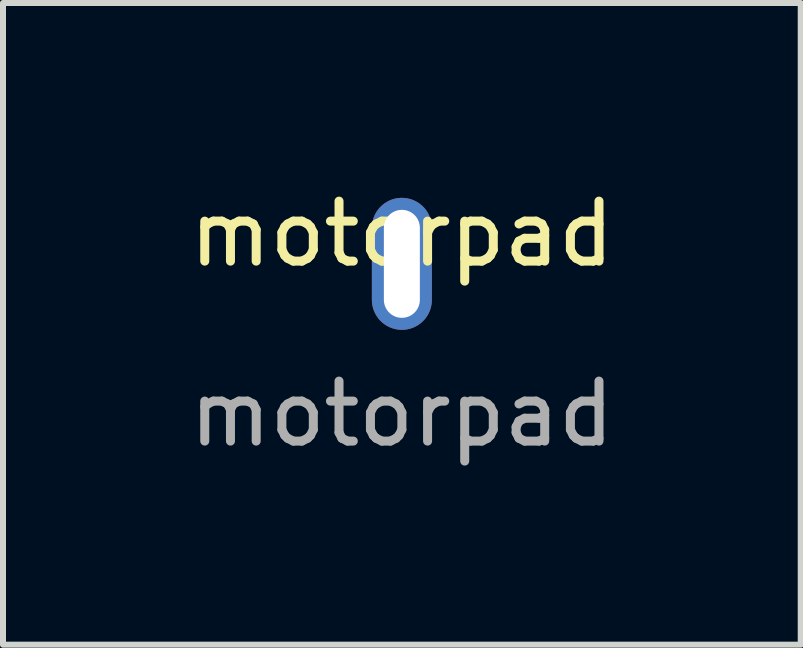
<source format=kicad_pcb>
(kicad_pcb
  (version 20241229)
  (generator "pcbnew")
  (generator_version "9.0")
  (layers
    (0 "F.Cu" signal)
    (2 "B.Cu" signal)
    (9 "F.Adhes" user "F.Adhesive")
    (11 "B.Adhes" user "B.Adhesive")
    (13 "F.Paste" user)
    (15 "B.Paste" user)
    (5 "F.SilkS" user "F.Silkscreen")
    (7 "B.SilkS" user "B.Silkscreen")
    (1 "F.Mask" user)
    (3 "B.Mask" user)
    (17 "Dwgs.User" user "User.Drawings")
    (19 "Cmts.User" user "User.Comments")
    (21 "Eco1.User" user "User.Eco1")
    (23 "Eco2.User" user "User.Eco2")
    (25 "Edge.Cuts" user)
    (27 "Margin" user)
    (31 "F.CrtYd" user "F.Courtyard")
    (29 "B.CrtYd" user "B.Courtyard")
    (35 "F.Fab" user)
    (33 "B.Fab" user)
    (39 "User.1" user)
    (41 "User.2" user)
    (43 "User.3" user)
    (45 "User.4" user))
  (footprint "motorpad"
    (layer "F.Cu")
    (at 3.649 1.348)
    (property "Reference" "motorpad" (at 0 -0.5 0) (unlocked yes) (layer "F.SilkS") (effects (font (size 1 1) (thickness 0.15))))
    (attr through_hole)
    (fp_text user "${REFERENCE}" (at 0 2.5 0) (unlocked yes) (layer "F.Fab") (effects (font (size 1 1) (thickness 0.15))))
    (pad "1" thru_hole oval (at 0 0) (size 1 2.2) (drill oval 0.6 1.8) (layers "*.Cu" "*.Mask")))
  (gr_rect
    (start -3 -3)
    (end 10.298 7.697)
    (stroke (width 0.1) (type default))
    (fill no)
    (layer "Edge.Cuts")))
</source>
